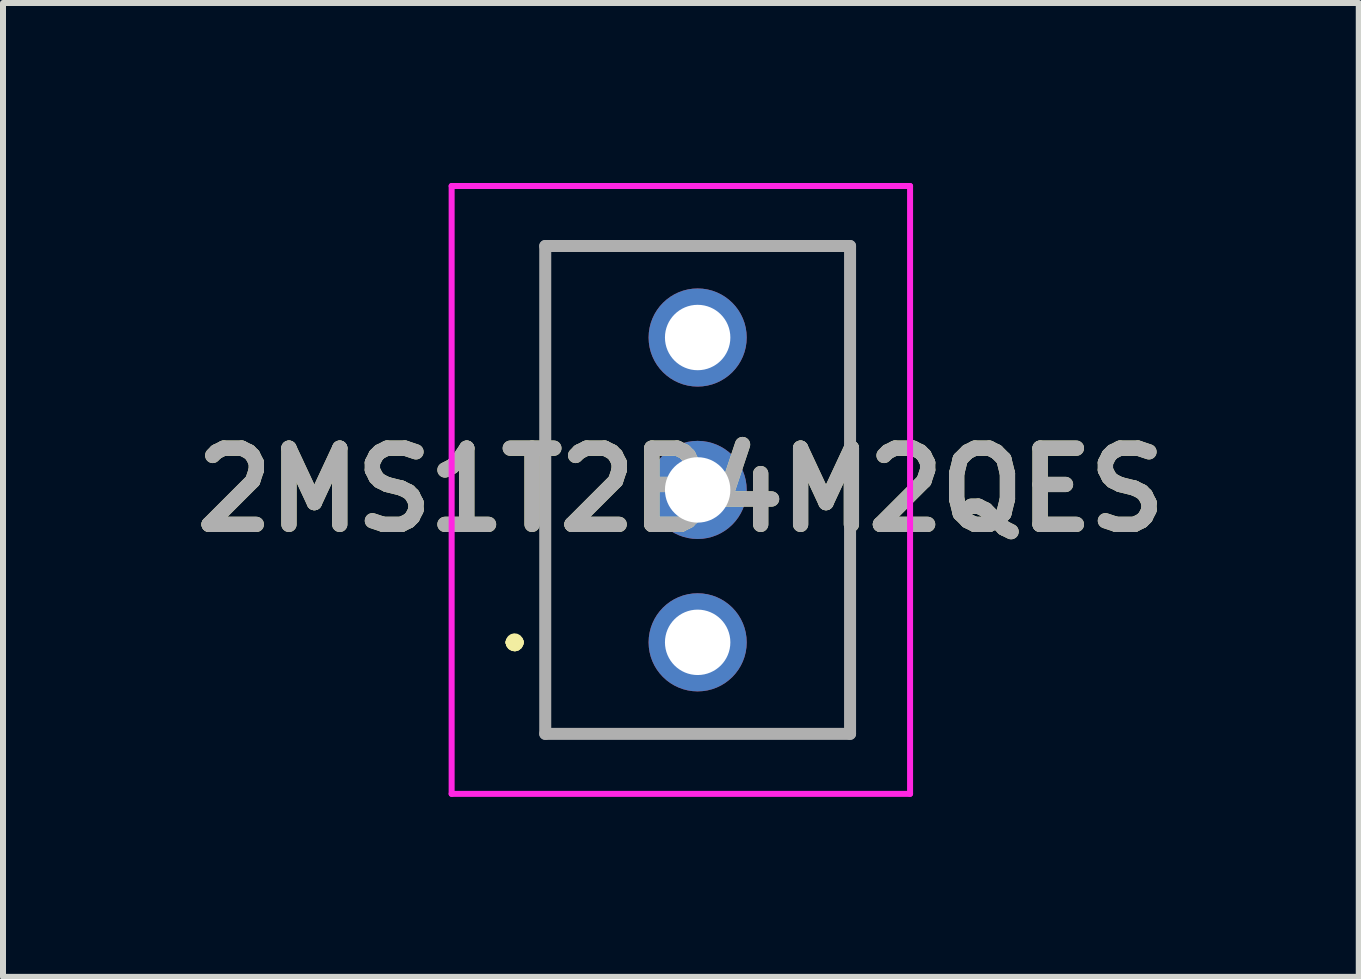
<source format=kicad_pcb>
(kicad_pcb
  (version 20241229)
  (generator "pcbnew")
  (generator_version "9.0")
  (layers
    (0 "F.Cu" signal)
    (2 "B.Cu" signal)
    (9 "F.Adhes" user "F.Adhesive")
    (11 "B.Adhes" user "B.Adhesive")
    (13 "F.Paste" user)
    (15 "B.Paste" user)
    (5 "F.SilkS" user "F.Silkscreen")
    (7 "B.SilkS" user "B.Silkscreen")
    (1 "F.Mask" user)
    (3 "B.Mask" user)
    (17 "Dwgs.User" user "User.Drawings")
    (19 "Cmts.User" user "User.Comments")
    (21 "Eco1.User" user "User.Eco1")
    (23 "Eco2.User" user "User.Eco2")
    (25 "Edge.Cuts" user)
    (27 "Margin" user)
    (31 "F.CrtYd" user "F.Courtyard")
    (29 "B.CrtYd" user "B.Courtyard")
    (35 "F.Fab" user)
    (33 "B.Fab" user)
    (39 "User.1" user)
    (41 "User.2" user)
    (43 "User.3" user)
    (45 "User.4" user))
  (footprint "2MS1T2B4M2QES"
    (layer "F.Cu")
    (at 8.577 7.655)
    (property "Reference" "2MS1T2B4M2QES" (at -0.28 -2.54 0) (layer "F.SilkS") (effects (font (size 1.27 1.27) (thickness 0.254))))
    (attr through_hole)
    (fp_line (start -3.1 0) (end -3.1 0) (stroke (width 0.2) (type solid)) (layer "F.SilkS"))
    (fp_line (start -3.1 0) (end -3.1 0) (stroke (width 0.2) (type solid)) (layer "F.SilkS"))
    (fp_line (start -3 0) (end -3 0) (stroke (width 0.2) (type solid)) (layer "F.SilkS"))
    (fp_line (start -2.54 -6.605) (end -2.54 1.525) (stroke (width 0.1) (type solid)) (layer "F.SilkS"))
    (fp_line (start -2.54 1.525) (end 2.54 1.525) (stroke (width 0.1) (type solid)) (layer "F.SilkS"))
    (fp_line (start 2.54 -6.605) (end -2.54 -6.605) (stroke (width 0.1) (type solid)) (layer "F.SilkS"))
    (fp_line (start 2.54 1.525) (end 2.54 -6.605) (stroke (width 0.1) (type solid)) (layer "F.SilkS"))
    (fp_arc (start -3.1 0) (mid -3.05 -0.05) (end -3 0) (stroke (width 0.2) (type solid)) (layer "F.SilkS"))
    (fp_arc (start -3 0) (mid -3.05 0.05) (end -3.1 0) (stroke (width 0.2) (type solid)) (layer "F.SilkS"))
    (fp_arc (start -3 0) (mid -3.05 0.05) (end -3.1 0) (stroke (width 0.2) (type solid)) (layer "F.SilkS"))
    (fp_line (start -4.1 -7.605) (end 3.54 -7.605) (stroke (width 0.1) (type solid)) (layer "F.CrtYd"))
    (fp_line (start -4.1 2.525) (end -4.1 -7.605) (stroke (width 0.1) (type solid)) (layer "F.CrtYd"))
    (fp_line (start 3.54 -7.605) (end 3.54 2.525) (stroke (width 0.1) (type solid)) (layer "F.CrtYd"))
    (fp_line (start 3.54 2.525) (end -4.1 2.525) (stroke (width 0.1) (type solid)) (layer "F.CrtYd"))
    (fp_line (start -2.54 -6.605) (end 2.54 -6.605) (stroke (width 0.2) (type solid)) (layer "F.Fab"))
    (fp_line (start -2.54 1.525) (end -2.54 -6.605) (stroke (width 0.2) (type solid)) (layer "F.Fab"))
    (fp_line (start 2.54 -6.605) (end 2.54 1.525) (stroke (width 0.2) (type solid)) (layer "F.Fab"))
    (fp_line (start 2.54 1.525) (end -2.54 1.525) (stroke (width 0.2) (type solid)) (layer "F.Fab"))
    (fp_text user "${REFERENCE}" (at -0.28 -2.54 0) (layer "F.Fab") (effects (font (size 1.27 1.27) (thickness 0.254))))
    (pad "1" thru_hole circle (at 0 0) (size 1.635 1.635) (drill 1.09) (layers "*.Cu" "*.Mask"))
    (pad "2" thru_hole circle (at 0 -2.54) (size 1.635 1.635) (drill 1.09) (layers "*.Cu" "*.Mask"))
    (pad "3" thru_hole circle (at 0 -5.08) (size 1.635 1.635) (drill 1.09) (layers "*.Cu" "*.Mask")))
  (gr_rect
    (start -3 -3)
    (end 19.595 13.23)
    (stroke (width 0.1) (type default))
    (fill no)
    (layer "Edge.Cuts")))
</source>
